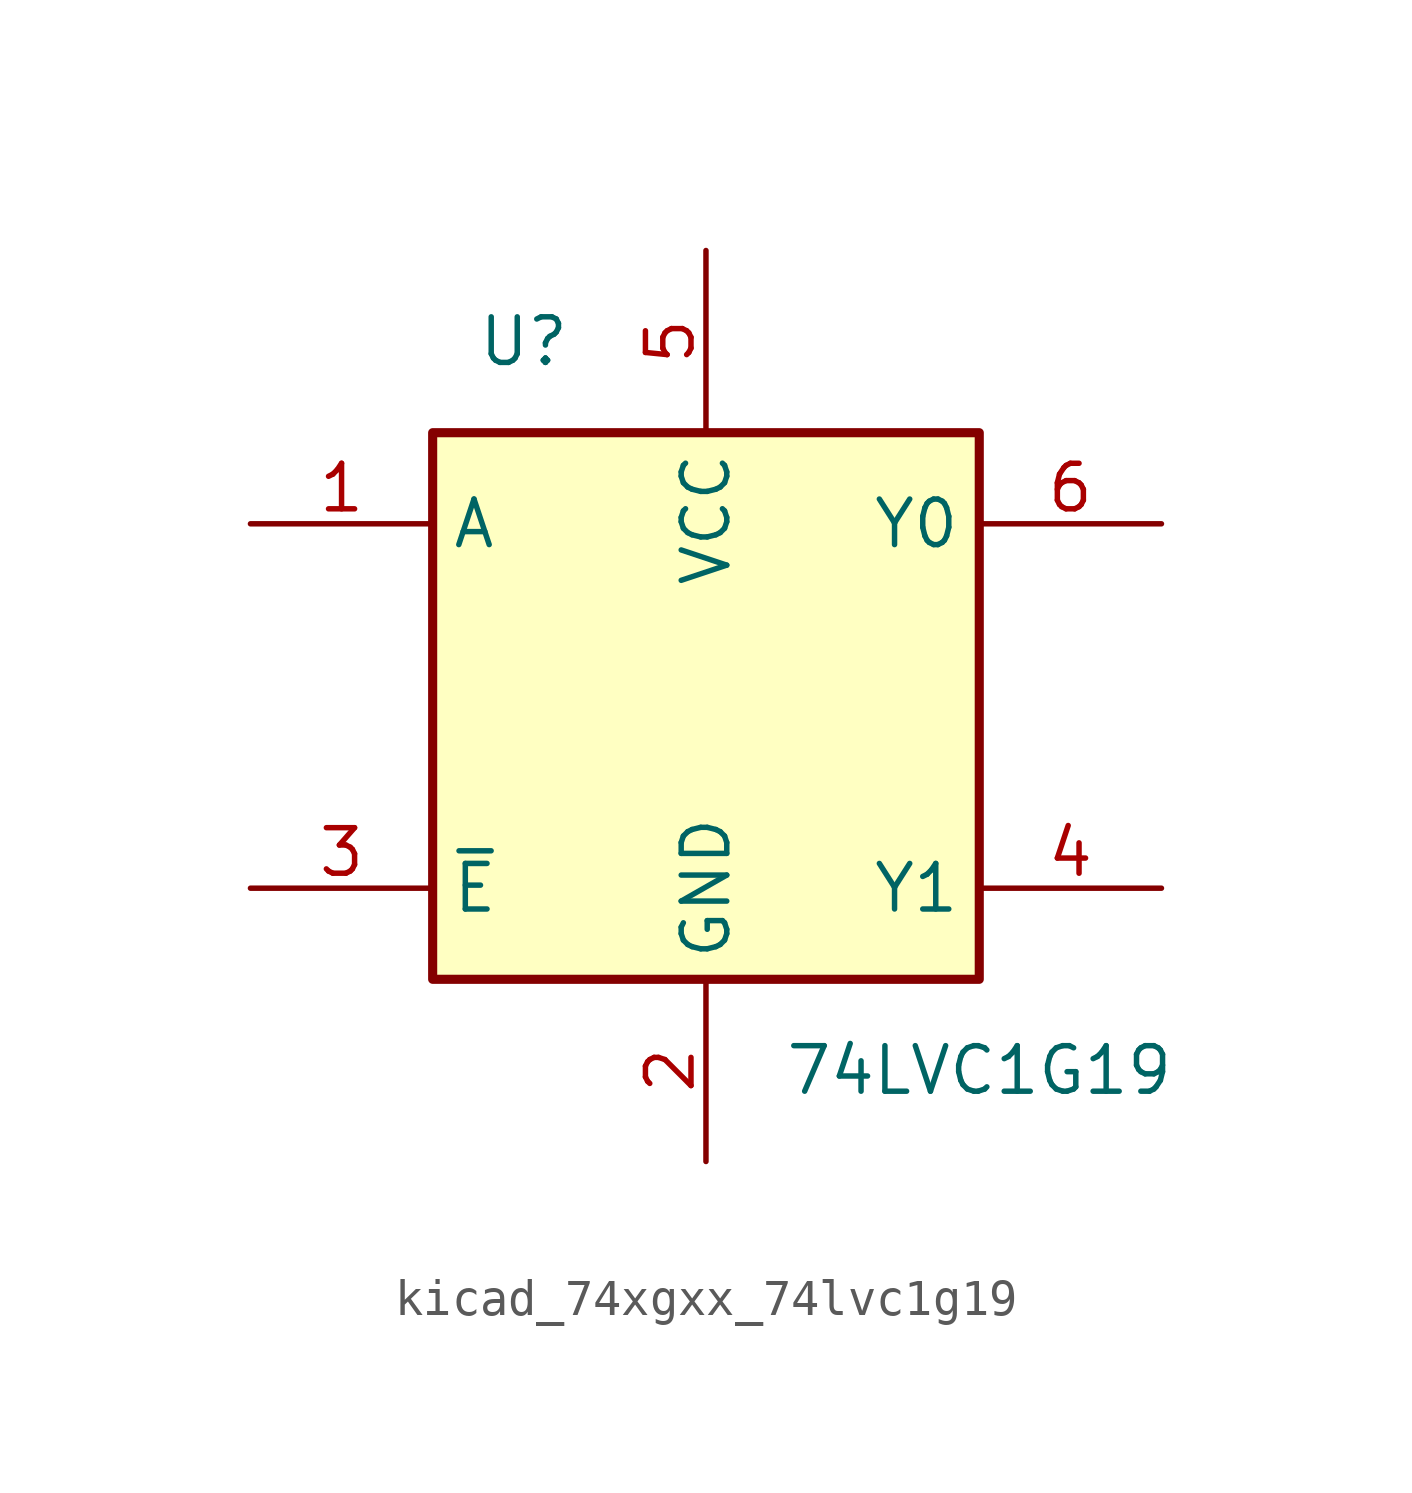
<source format=kicad_sym>
(kicad_symbol_lib
  (version 20220914)
  (generator kicad_symbol_editor)
  (symbol "kicad_74xgxx_74lvc1g19"
    (property "Reference" "U"
      (at -5.08 10.16 0)
      (effects (font (size 1.27 1.27))))
    (property "Value" "74LVC1G19"
      (at 7.62 -10.16 0)
      (effects (font (size 1.27 1.27))))
    (symbol "kicad_74xgxx_74lvc1g19_0_1"
      (rectangle (start -7.62 7.62) (end 7.62 -7.62) (stroke (width 0.254) (type default)) (fill (type background))))
    (symbol "kicad_74xgxx_74lvc1g19_1_1"
      (pin input line (at -12.7 5.08 0) (length 5.08) (name "A" (effects (font (size 1.27 1.27)))) (number "1" (effects (font (size 1.27 1.27)))))
      (pin power_in line (at 0 -12.7 90) (length 5.08) (name "GND" (effects (font (size 1.27 1.27)))) (number "2" (effects (font (size 1.27 1.27)))))
      (pin input line (at -12.7 -5.08 0) (length 5.08) (name "~{E}" (effects (font (size 1.27 1.27)))) (number "3" (effects (font (size 1.27 1.27)))))
      (pin output line (at 12.7 -5.08 180) (length 5.08) (name "Y1" (effects (font (size 1.27 1.27)))) (number "4" (effects (font (size 1.27 1.27)))))
      (pin power_in line (at 0 12.7 270) (length 5.08) (name "VCC" (effects (font (size 1.27 1.27)))) (number "5" (effects (font (size 1.27 1.27)))))
      (pin output line (at 12.7 5.08 180) (length 5.08) (name "Y0" (effects (font (size 1.27 1.27)))) (number "6" (effects (font (size 1.27 1.27))))))))
</source>
